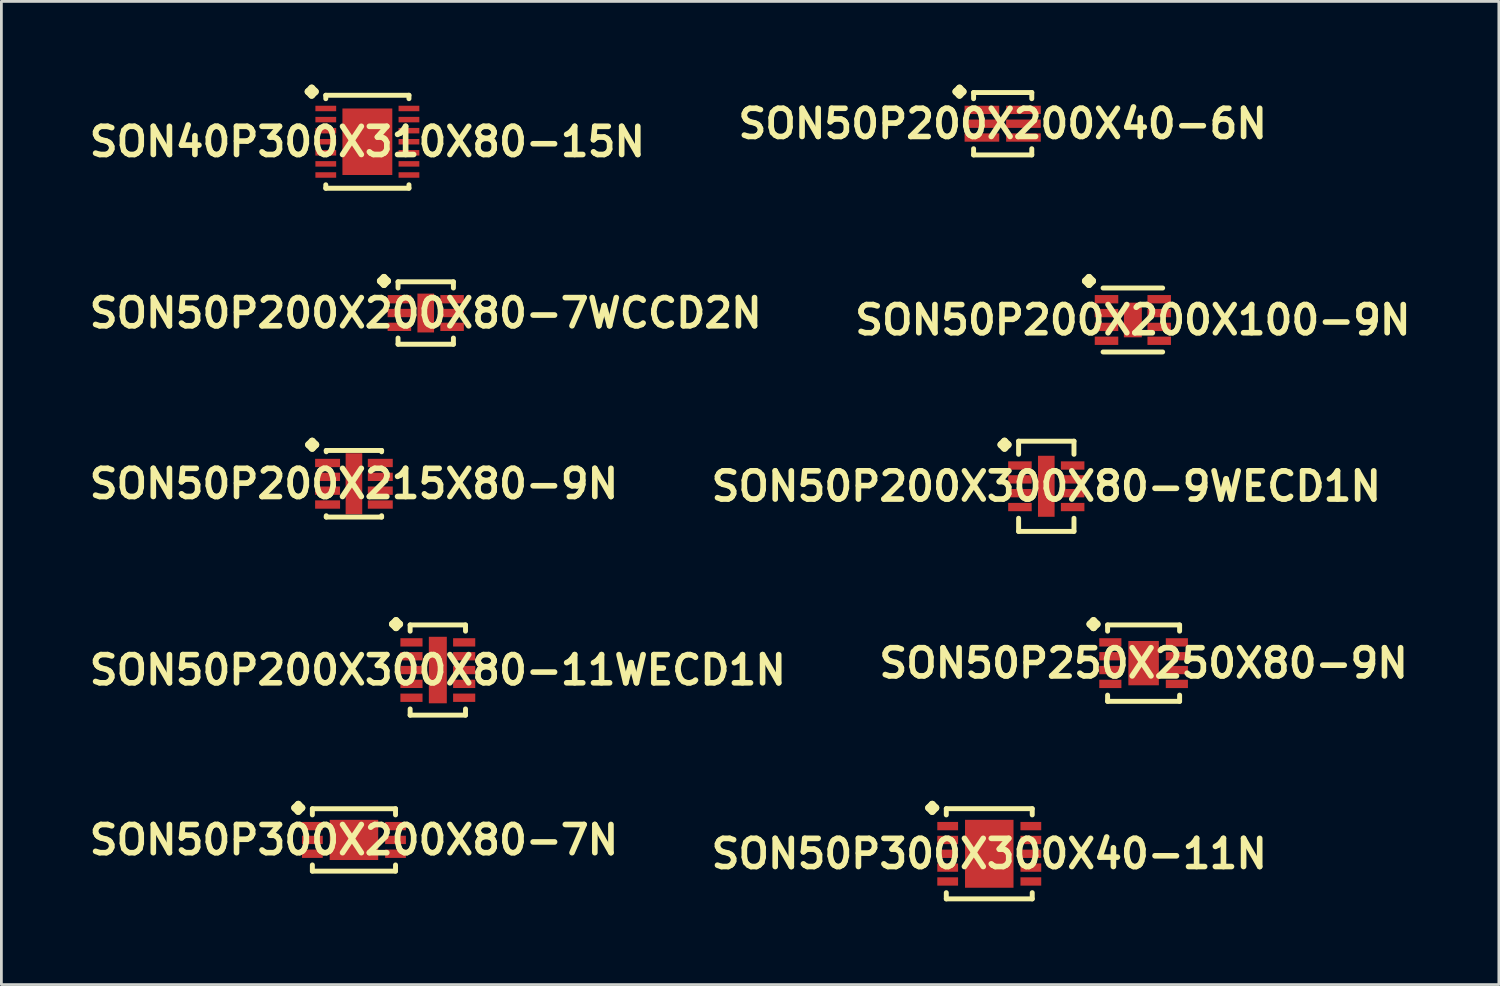
<source format=kicad_pcb>
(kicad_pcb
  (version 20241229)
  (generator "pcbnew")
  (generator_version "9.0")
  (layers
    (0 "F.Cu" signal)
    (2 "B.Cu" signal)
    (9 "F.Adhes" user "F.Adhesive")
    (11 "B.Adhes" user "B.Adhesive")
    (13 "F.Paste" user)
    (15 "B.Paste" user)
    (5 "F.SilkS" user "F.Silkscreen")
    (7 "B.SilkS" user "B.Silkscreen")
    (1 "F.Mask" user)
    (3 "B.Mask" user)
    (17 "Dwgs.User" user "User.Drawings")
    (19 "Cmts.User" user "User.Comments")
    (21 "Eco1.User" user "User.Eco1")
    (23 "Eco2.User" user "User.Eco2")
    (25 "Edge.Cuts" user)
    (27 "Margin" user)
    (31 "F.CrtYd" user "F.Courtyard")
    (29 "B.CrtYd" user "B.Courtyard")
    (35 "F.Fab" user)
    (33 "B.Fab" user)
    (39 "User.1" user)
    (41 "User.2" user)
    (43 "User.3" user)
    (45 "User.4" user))
  (footprint "SON50P200X215X80-9N"
    (layer "F.Cu")
    (at 9.71 14.39)
    (property "Reference" "SON50P200X215X80-9N" (at 0 0 0) (layer "F.SilkS") (effects (font (size 1.016 1.016) (thickness 0.203))))
    (attr smd)
    (fp_line (start -1.633 -1.407) (end -1.506 -1.534) (stroke (width 0.254) (type solid)) (layer "F.SilkS"))
    (fp_line (start -1.506 -1.534) (end -1.379 -1.407) (stroke (width 0.254) (type solid)) (layer "F.SilkS"))
    (fp_line (start -1.506 -1.28) (end -1.633 -1.407) (stroke (width 0.254) (type solid)) (layer "F.SilkS"))
    (fp_line (start -1.379 -1.407) (end -1.506 -1.28) (stroke (width 0.254) (type solid)) (layer "F.SilkS"))
    (fp_line (start -0.998 -1.201) (end 0.998 -1.201) (stroke (width 0.178) (type solid)) (layer "F.SilkS"))
    (fp_line (start -0.998 -1.153) (end -0.998 -1.201) (stroke (width 0.178) (type solid)) (layer "F.SilkS"))
    (fp_line (start -0.998 1.153) (end -0.998 1.201) (stroke (width 0.178) (type solid)) (layer "F.SilkS"))
    (fp_line (start -0.998 1.201) (end 0.998 1.201) (stroke (width 0.178) (type solid)) (layer "F.SilkS"))
    (fp_line (start 0.998 -1.201) (end 0.998 -1.153) (stroke (width 0.178) (type solid)) (layer "F.SilkS"))
    (fp_line (start 0.998 1.201) (end 0.998 1.153) (stroke (width 0.178) (type solid)) (layer "F.SilkS"))
    (pad "1" smd rect (at -0.95 -0.749) (size 0.899 0.3) (layers "F.Cu" "F.Mask" "F.Paste"))
    (pad "2" smd rect (at -0.95 -0.249) (size 0.899 0.3) (layers "F.Cu" "F.Mask" "F.Paste"))
    (pad "3" smd rect (at -0.95 0.249) (size 0.899 0.3) (layers "F.Cu" "F.Mask" "F.Paste"))
    (pad "4" smd rect (at -0.95 0.749) (size 0.899 0.3) (layers "F.Cu" "F.Mask" "F.Paste"))
    (pad "5" smd rect (at 0.95 0.749) (size 0.899 0.3) (layers "F.Cu" "F.Mask" "F.Paste"))
    (pad "6" smd rect (at 0.95 0.249) (size 0.899 0.3) (layers "F.Cu" "F.Mask" "F.Paste"))
    (pad "7" smd rect (at 0.95 -0.249) (size 0.899 0.3) (layers "F.Cu" "F.Mask" "F.Paste"))
    (pad "8" smd rect (at 0.95 -0.749) (size 0.899 0.3) (layers "F.Cu" "F.Mask" "F.Paste"))
    (pad "9" smd rect (at 0 0) (size 0.599 2.2) (layers "F.Cu" "F.Mask" "F.Paste")))
  (footprint "SON50P200X300X80-9WECD1N"
    (layer "F.Cu")
    (at 34.67 14.481)
    (property "Reference" "SON50P200X300X80-9WECD1N" (at 0 0 0) (layer "F.SilkS") (effects (font (size 1.016 1.016) (thickness 0.203))))
    (attr smd)
    (fp_line (start -1.633 -1.499) (end -1.506 -1.626) (stroke (width 0.254) (type solid)) (layer "F.SilkS"))
    (fp_line (start -1.506 -1.626) (end -1.379 -1.499) (stroke (width 0.254) (type solid)) (layer "F.SilkS"))
    (fp_line (start -1.506 -1.372) (end -1.633 -1.499) (stroke (width 0.254) (type solid)) (layer "F.SilkS"))
    (fp_line (start -1.379 -1.499) (end -1.506 -1.372) (stroke (width 0.254) (type solid)) (layer "F.SilkS"))
    (fp_line (start -0.998 -1.626) (end 0.998 -1.626) (stroke (width 0.178) (type solid)) (layer "F.SilkS"))
    (fp_line (start -0.998 -1.153) (end -0.998 -1.626) (stroke (width 0.178) (type solid)) (layer "F.SilkS"))
    (fp_line (start -0.998 1.153) (end -0.998 1.626) (stroke (width 0.178) (type solid)) (layer "F.SilkS"))
    (fp_line (start -0.998 1.626) (end 0.998 1.626) (stroke (width 0.178) (type solid)) (layer "F.SilkS"))
    (fp_line (start 0.998 -1.626) (end 0.998 -1.153) (stroke (width 0.178) (type solid)) (layer "F.SilkS"))
    (fp_line (start 0.998 1.626) (end 0.998 1.153) (stroke (width 0.178) (type solid)) (layer "F.SilkS"))
    (pad "1" smd rect (at -0.95 -0.749) (size 0.848 0.3) (layers "F.Cu" "F.Mask" "F.Paste"))
    (pad "2" smd rect (at -0.95 -0.249) (size 0.848 0.3) (layers "F.Cu" "F.Mask" "F.Paste"))
    (pad "3" smd rect (at -0.95 0.249) (size 0.848 0.3) (layers "F.Cu" "F.Mask" "F.Paste"))
    (pad "4" smd rect (at -0.95 0.749) (size 0.848 0.3) (layers "F.Cu" "F.Mask" "F.Paste"))
    (pad "5" smd rect (at 0.95 0.749) (size 0.848 0.3) (layers "F.Cu" "F.Mask" "F.Paste"))
    (pad "6" smd rect (at 0.95 0.249) (size 0.848 0.3) (layers "F.Cu" "F.Mask" "F.Paste"))
    (pad "7" smd rect (at 0.95 -0.249) (size 0.848 0.3) (layers "F.Cu" "F.Mask" "F.Paste"))
    (pad "8" smd rect (at 0.95 -0.749) (size 0.848 0.3) (layers "F.Cu" "F.Mask" "F.Paste"))
    (pad "9" smd rect (at 0 0) (size 0.599 2.2) (layers "F.Cu" "F.Mask" "F.Paste")))
  (footprint "SON50P200X300X80-11WECD1N"
    (layer "F.Cu")
    (at 12.734 21.106)
    (property "Reference" "SON50P200X300X80-11WECD1N" (at 0 0 0) (layer "F.SilkS") (effects (font (size 1.016 1.016) (thickness 0.203))))
    (attr smd)
    (fp_line (start -1.633 -1.656) (end -1.506 -1.783) (stroke (width 0.254) (type solid)) (layer "F.SilkS"))
    (fp_line (start -1.506 -1.783) (end -1.379 -1.656) (stroke (width 0.254) (type solid)) (layer "F.SilkS"))
    (fp_line (start -1.506 -1.529) (end -1.633 -1.656) (stroke (width 0.254) (type solid)) (layer "F.SilkS"))
    (fp_line (start -1.379 -1.656) (end -1.506 -1.529) (stroke (width 0.254) (type solid)) (layer "F.SilkS"))
    (fp_line (start -0.998 -1.626) (end 0.998 -1.626) (stroke (width 0.178) (type solid)) (layer "F.SilkS"))
    (fp_line (start -0.998 -1.402) (end -0.998 -1.626) (stroke (width 0.178) (type solid)) (layer "F.SilkS"))
    (fp_line (start -0.998 1.402) (end -0.998 1.626) (stroke (width 0.178) (type solid)) (layer "F.SilkS"))
    (fp_line (start -0.998 1.626) (end 0.998 1.626) (stroke (width 0.178) (type solid)) (layer "F.SilkS"))
    (fp_line (start 0.998 -1.626) (end 0.998 -1.402) (stroke (width 0.178) (type solid)) (layer "F.SilkS"))
    (fp_line (start 0.998 1.626) (end 0.998 1.402) (stroke (width 0.178) (type solid)) (layer "F.SilkS"))
    (pad "1" smd rect (at -0.95 -0.998) (size 0.798 0.3) (layers "F.Cu" "F.Mask" "F.Paste"))
    (pad "2" smd rect (at -0.95 -0.498) (size 0.798 0.3) (layers "F.Cu" "F.Mask" "F.Paste"))
    (pad "3" smd rect (at -0.95 0) (size 0.798 0.3) (layers "F.Cu" "F.Mask" "F.Paste"))
    (pad "4" smd rect (at -0.95 0.498) (size 0.798 0.3) (layers "F.Cu" "F.Mask" "F.Paste"))
    (pad "5" smd rect (at -0.95 0.998) (size 0.798 0.3) (layers "F.Cu" "F.Mask" "F.Paste"))
    (pad "6" smd rect (at 0.95 0.998) (size 0.798 0.3) (layers "F.Cu" "F.Mask" "F.Paste"))
    (pad "7" smd rect (at 0.95 0.498) (size 0.798 0.3) (layers "F.Cu" "F.Mask" "F.Paste"))
    (pad "8" smd rect (at 0.95 0) (size 0.798 0.3) (layers "F.Cu" "F.Mask" "F.Paste"))
    (pad "9" smd rect (at 0.95 -0.498) (size 0.798 0.3) (layers "F.Cu" "F.Mask" "F.Paste"))
    (pad "10" smd rect (at 0.95 -0.998) (size 0.798 0.3) (layers "F.Cu" "F.Mask" "F.Paste"))
    (pad "11" smd rect (at 0 0) (size 0.648 2.398) (layers "F.Cu" "F.Mask" "F.Paste")))
  (footprint "SON50P200X200X40-6N"
    (layer "F.Cu")
    (at 33.098 1.41)
    (property "Reference" "SON50P200X200X40-6N" (at 0 0 0) (layer "F.SilkS") (effects (font (size 1.016 1.016) (thickness 0.203))))
    (attr smd)
    (fp_line (start -1.684 -1.156) (end -1.557 -1.283) (stroke (width 0.254) (type solid)) (layer "F.SilkS"))
    (fp_line (start -1.557 -1.283) (end -1.43 -1.156) (stroke (width 0.254) (type solid)) (layer "F.SilkS"))
    (fp_line (start -1.557 -1.029) (end -1.684 -1.156) (stroke (width 0.254) (type solid)) (layer "F.SilkS"))
    (fp_line (start -1.43 -1.156) (end -1.557 -1.029) (stroke (width 0.254) (type solid)) (layer "F.SilkS"))
    (fp_line (start -1.049 -1.125) (end 1.049 -1.125) (stroke (width 0.178) (type solid)) (layer "F.SilkS"))
    (fp_line (start -1.049 -0.902) (end -1.049 -1.125) (stroke (width 0.178) (type solid)) (layer "F.SilkS"))
    (fp_line (start -1.049 0.902) (end -1.049 1.125) (stroke (width 0.178) (type solid)) (layer "F.SilkS"))
    (fp_line (start -1.049 1.125) (end 1.049 1.125) (stroke (width 0.178) (type solid)) (layer "F.SilkS"))
    (fp_line (start 1.049 -1.125) (end 1.049 -0.902) (stroke (width 0.178) (type solid)) (layer "F.SilkS"))
    (fp_line (start 1.049 1.125) (end 1.049 0.902) (stroke (width 0.178) (type solid)) (layer "F.SilkS"))
    (pad "1" smd rect (at -0.749 -0.498) (size 1.25 0.3) (layers "F.Cu" "F.Mask" "F.Paste"))
    (pad "2" smd rect (at -0.749 0) (size 1.25 0.3) (layers "F.Cu" "F.Mask" "F.Paste"))
    (pad "3" smd rect (at -0.749 0.498) (size 1.25 0.3) (layers "F.Cu" "F.Mask" "F.Paste"))
    (pad "4" smd rect (at 0.749 0.498) (size 1.25 0.3) (layers "F.Cu" "F.Mask" "F.Paste"))
    (pad "5" smd rect (at 0.749 0) (size 1.25 0.3) (layers "F.Cu" "F.Mask" "F.Paste"))
    (pad "6" smd rect (at 0.749 -0.498) (size 1.25 0.3) (layers "F.Cu" "F.Mask" "F.Paste")))
  (footprint "SON50P300X300X40-11N"
    (layer "F.Cu")
    (at 32.614 27.73)
    (property "Reference" "SON50P300X300X40-11N" (at 0 0 0) (layer "F.SilkS") (effects (font (size 1.016 1.016) (thickness 0.203))))
    (attr smd)
    (fp_line (start -2.184 -1.656) (end -2.057 -1.783) (stroke (width 0.254) (type solid)) (layer "F.SilkS"))
    (fp_line (start -2.057 -1.783) (end -1.93 -1.656) (stroke (width 0.254) (type solid)) (layer "F.SilkS"))
    (fp_line (start -2.057 -1.529) (end -2.184 -1.656) (stroke (width 0.254) (type solid)) (layer "F.SilkS"))
    (fp_line (start -1.93 -1.656) (end -2.057 -1.529) (stroke (width 0.254) (type solid)) (layer "F.SilkS"))
    (fp_line (start -1.549 -1.626) (end 1.549 -1.626) (stroke (width 0.178) (type solid)) (layer "F.SilkS"))
    (fp_line (start -1.549 -1.402) (end -1.549 -1.626) (stroke (width 0.178) (type solid)) (layer "F.SilkS"))
    (fp_line (start -1.549 1.402) (end -1.549 1.626) (stroke (width 0.178) (type solid)) (layer "F.SilkS"))
    (fp_line (start -1.549 1.626) (end 1.549 1.626) (stroke (width 0.178) (type solid)) (layer "F.SilkS"))
    (fp_line (start 1.549 -1.626) (end 1.549 -1.402) (stroke (width 0.178) (type solid)) (layer "F.SilkS"))
    (fp_line (start 1.549 1.626) (end 1.549 1.402) (stroke (width 0.178) (type solid)) (layer "F.SilkS"))
    (pad "1" smd rect (at -1.499 -0.998) (size 0.749 0.3) (layers "F.Cu" "F.Mask" "F.Paste"))
    (pad "2" smd rect (at -1.499 -0.498) (size 0.749 0.3) (layers "F.Cu" "F.Mask" "F.Paste"))
    (pad "3" smd rect (at -1.499 0) (size 0.749 0.3) (layers "F.Cu" "F.Mask" "F.Paste"))
    (pad "4" smd rect (at -1.499 0.498) (size 0.749 0.3) (layers "F.Cu" "F.Mask" "F.Paste"))
    (pad "5" smd rect (at -1.499 0.998) (size 0.749 0.3) (layers "F.Cu" "F.Mask" "F.Paste"))
    (pad "6" smd rect (at 1.499 0.998) (size 0.749 0.3) (layers "F.Cu" "F.Mask" "F.Paste"))
    (pad "7" smd rect (at 1.499 0.498) (size 0.749 0.3) (layers "F.Cu" "F.Mask" "F.Paste"))
    (pad "8" smd rect (at 1.499 0) (size 0.749 0.3) (layers "F.Cu" "F.Mask" "F.Paste"))
    (pad "9" smd rect (at 1.499 -0.498) (size 0.749 0.3) (layers "F.Cu" "F.Mask" "F.Paste"))
    (pad "10" smd rect (at 1.499 -0.998) (size 0.749 0.3) (layers "F.Cu" "F.Mask" "F.Paste"))
    (pad "11" smd rect (at 0 0) (size 1.748 2.449) (layers "F.Cu" "F.Mask" "F.Paste")))
  (footprint "SON50P250X250X80-9N"
    (layer "F.Cu")
    (at 38.178 20.857)
    (property "Reference" "SON50P250X250X80-9N" (at 0 0 0) (layer "F.SilkS") (effects (font (size 1.016 1.016) (thickness 0.203))))
    (attr smd)
    (fp_line (start -1.933 -1.407) (end -1.806 -1.534) (stroke (width 0.254) (type solid)) (layer "F.SilkS"))
    (fp_line (start -1.806 -1.534) (end -1.679 -1.407) (stroke (width 0.254) (type solid)) (layer "F.SilkS"))
    (fp_line (start -1.806 -1.28) (end -1.933 -1.407) (stroke (width 0.254) (type solid)) (layer "F.SilkS"))
    (fp_line (start -1.679 -1.407) (end -1.806 -1.28) (stroke (width 0.254) (type solid)) (layer "F.SilkS"))
    (fp_line (start -1.298 -1.377) (end 1.298 -1.377) (stroke (width 0.178) (type solid)) (layer "F.SilkS"))
    (fp_line (start -1.298 -1.153) (end -1.298 -1.377) (stroke (width 0.178) (type solid)) (layer "F.SilkS"))
    (fp_line (start -1.298 1.153) (end -1.298 1.377) (stroke (width 0.178) (type solid)) (layer "F.SilkS"))
    (fp_line (start -1.298 1.377) (end 1.298 1.377) (stroke (width 0.178) (type solid)) (layer "F.SilkS"))
    (fp_line (start 1.298 -1.377) (end 1.298 -1.153) (stroke (width 0.178) (type solid)) (layer "F.SilkS"))
    (fp_line (start 1.298 1.377) (end 1.298 1.153) (stroke (width 0.178) (type solid)) (layer "F.SilkS"))
    (pad "1" smd rect (at -1.199 -0.749) (size 0.798 0.3) (layers "F.Cu" "F.Mask" "F.Paste"))
    (pad "2" smd rect (at -1.199 -0.249) (size 0.798 0.3) (layers "F.Cu" "F.Mask" "F.Paste"))
    (pad "3" smd rect (at -1.199 0.249) (size 0.798 0.3) (layers "F.Cu" "F.Mask" "F.Paste"))
    (pad "4" smd rect (at -1.199 0.749) (size 0.798 0.3) (layers "F.Cu" "F.Mask" "F.Paste"))
    (pad "5" smd rect (at 1.199 0.749) (size 0.798 0.3) (layers "F.Cu" "F.Mask" "F.Paste"))
    (pad "6" smd rect (at 1.199 0.249) (size 0.798 0.3) (layers "F.Cu" "F.Mask" "F.Paste"))
    (pad "7" smd rect (at 1.199 -0.249) (size 0.798 0.3) (layers "F.Cu" "F.Mask" "F.Paste"))
    (pad "8" smd rect (at 1.199 -0.749) (size 0.798 0.3) (layers "F.Cu" "F.Mask" "F.Paste"))
    (pad "9" smd rect (at 0 0) (size 1.1 1.598) (layers "F.Cu" "F.Mask" "F.Paste")))
  (footprint "SON50P300X200X80-7N"
    (layer "F.Cu")
    (at 9.71 27.23)
    (property "Reference" "SON50P300X200X80-7N" (at 0 0 0) (layer "F.SilkS") (effects (font (size 1.016 1.016) (thickness 0.203))))
    (attr smd)
    (fp_line (start -2.134 -1.156) (end -2.007 -1.283) (stroke (width 0.254) (type solid)) (layer "F.SilkS"))
    (fp_line (start -2.007 -1.283) (end -1.88 -1.156) (stroke (width 0.254) (type solid)) (layer "F.SilkS"))
    (fp_line (start -2.007 -1.029) (end -2.134 -1.156) (stroke (width 0.254) (type solid)) (layer "F.SilkS"))
    (fp_line (start -1.88 -1.156) (end -2.007 -1.029) (stroke (width 0.254) (type solid)) (layer "F.SilkS"))
    (fp_line (start -1.499 -1.125) (end 1.499 -1.125) (stroke (width 0.178) (type solid)) (layer "F.SilkS"))
    (fp_line (start -1.499 -0.902) (end -1.499 -1.125) (stroke (width 0.178) (type solid)) (layer "F.SilkS"))
    (fp_line (start -1.499 0.902) (end -1.499 1.125) (stroke (width 0.178) (type solid)) (layer "F.SilkS"))
    (fp_line (start -1.499 1.125) (end 1.499 1.125) (stroke (width 0.178) (type solid)) (layer "F.SilkS"))
    (fp_line (start 1.499 -1.125) (end 1.499 -0.902) (stroke (width 0.178) (type solid)) (layer "F.SilkS"))
    (fp_line (start 1.499 1.125) (end 1.499 0.902) (stroke (width 0.178) (type solid)) (layer "F.SilkS"))
    (pad "1" smd rect (at -1.499 -0.498) (size 0.749 0.3) (layers "F.Cu" "F.Mask" "F.Paste"))
    (pad "2" smd rect (at -1.499 0) (size 0.749 0.3) (layers "F.Cu" "F.Mask" "F.Paste"))
    (pad "3" smd rect (at -1.499 0.498) (size 0.749 0.3) (layers "F.Cu" "F.Mask" "F.Paste"))
    (pad "4" smd rect (at 1.499 0.498) (size 0.749 0.3) (layers "F.Cu" "F.Mask" "F.Paste"))
    (pad "5" smd rect (at 1.499 0) (size 0.749 0.3) (layers "F.Cu" "F.Mask" "F.Paste"))
    (pad "6" smd rect (at 1.499 -0.498) (size 0.749 0.3) (layers "F.Cu" "F.Mask" "F.Paste"))
    (pad "7" smd rect (at 0 0) (size 1.748 1.448) (layers "F.Cu" "F.Mask" "F.Paste")))
  (footprint "SON50P200X200X80-7WCCD2N"
    (layer "F.Cu")
    (at 12.298 8.235)
    (property "Reference" "SON50P200X200X80-7WCCD2N" (at 0 0 0) (layer "F.SilkS") (effects (font (size 1.016 1.016) (thickness 0.203))))
    (attr smd)
    (fp_line (start -1.633 -1.156) (end -1.506 -1.283) (stroke (width 0.254) (type solid)) (layer "F.SilkS"))
    (fp_line (start -1.506 -1.283) (end -1.379 -1.156) (stroke (width 0.254) (type solid)) (layer "F.SilkS"))
    (fp_line (start -1.506 -1.029) (end -1.633 -1.156) (stroke (width 0.254) (type solid)) (layer "F.SilkS"))
    (fp_line (start -1.379 -1.156) (end -1.506 -1.029) (stroke (width 0.254) (type solid)) (layer "F.SilkS"))
    (fp_line (start -0.998 -1.125) (end 0.998 -1.125) (stroke (width 0.178) (type solid)) (layer "F.SilkS"))
    (fp_line (start -0.998 -0.902) (end -0.998 -1.125) (stroke (width 0.178) (type solid)) (layer "F.SilkS"))
    (fp_line (start -0.998 0.902) (end -0.998 1.125) (stroke (width 0.178) (type solid)) (layer "F.SilkS"))
    (fp_line (start -0.998 1.125) (end 0.998 1.125) (stroke (width 0.178) (type solid)) (layer "F.SilkS"))
    (fp_line (start 0.998 -1.125) (end 0.998 -0.902) (stroke (width 0.178) (type solid)) (layer "F.SilkS"))
    (fp_line (start 0.998 1.125) (end 0.998 0.902) (stroke (width 0.178) (type solid)) (layer "F.SilkS"))
    (pad "1" smd rect (at -0.95 -0.498) (size 0.848 0.3) (layers "F.Cu" "F.Mask" "F.Paste"))
    (pad "2" smd rect (at -0.95 0) (size 0.848 0.3) (layers "F.Cu" "F.Mask" "F.Paste"))
    (pad "3" smd rect (at -0.95 0.498) (size 0.848 0.3) (layers "F.Cu" "F.Mask" "F.Paste"))
    (pad "4" smd rect (at 0.95 0.498) (size 0.848 0.3) (layers "F.Cu" "F.Mask" "F.Paste"))
    (pad "5" smd rect (at 0.95 0) (size 0.848 0.3) (layers "F.Cu" "F.Mask" "F.Paste"))
    (pad "6" smd rect (at 0.95 -0.498) (size 0.848 0.3) (layers "F.Cu" "F.Mask" "F.Paste"))
    (pad "7" smd rect (at 0 0) (size 0.599 1.4) (layers "F.Cu" "F.Mask" "F.Paste")))
  (footprint "SON40P300X310X80-15N"
    (layer "F.Cu")
    (at 10.194 2.06)
    (property "Reference" "SON40P300X310X80-15N" (at 0 0 0) (layer "F.SilkS") (effects (font (size 1.016 1.016) (thickness 0.203))))
    (attr smd)
    (fp_line (start -2.134 -1.806) (end -2.007 -1.933) (stroke (width 0.254) (type solid)) (layer "F.SilkS"))
    (fp_line (start -2.007 -1.933) (end -1.88 -1.806) (stroke (width 0.254) (type solid)) (layer "F.SilkS"))
    (fp_line (start -2.007 -1.679) (end -2.134 -1.806) (stroke (width 0.254) (type solid)) (layer "F.SilkS"))
    (fp_line (start -1.88 -1.806) (end -2.007 -1.679) (stroke (width 0.254) (type solid)) (layer "F.SilkS"))
    (fp_line (start -1.499 -1.676) (end 1.499 -1.676) (stroke (width 0.178) (type solid)) (layer "F.SilkS"))
    (fp_line (start -1.499 -1.552) (end -1.499 -1.676) (stroke (width 0.178) (type solid)) (layer "F.SilkS"))
    (fp_line (start -1.499 1.552) (end -1.499 1.676) (stroke (width 0.178) (type solid)) (layer "F.SilkS"))
    (fp_line (start -1.499 1.676) (end 1.499 1.676) (stroke (width 0.178) (type solid)) (layer "F.SilkS"))
    (fp_line (start 1.499 -1.676) (end 1.499 -1.552) (stroke (width 0.178) (type solid)) (layer "F.SilkS"))
    (fp_line (start 1.499 1.676) (end 1.499 1.552) (stroke (width 0.178) (type solid)) (layer "F.SilkS"))
    (pad "1" smd rect (at -1.499 -1.199) (size 0.749 0.198) (layers "F.Cu" "F.Mask" "F.Paste"))
    (pad "2" smd rect (at -1.499 -0.798) (size 0.749 0.198) (layers "F.Cu" "F.Mask" "F.Paste"))
    (pad "3" smd rect (at -1.499 -0.399) (size 0.749 0.198) (layers "F.Cu" "F.Mask" "F.Paste"))
    (pad "4" smd rect (at -1.499 0) (size 0.749 0.198) (layers "F.Cu" "F.Mask" "F.Paste"))
    (pad "5" smd rect (at -1.499 0.399) (size 0.749 0.198) (layers "F.Cu" "F.Mask" "F.Paste"))
    (pad "6" smd rect (at -1.499 0.798) (size 0.749 0.198) (layers "F.Cu" "F.Mask" "F.Paste"))
    (pad "7" smd rect (at -1.499 1.199) (size 0.749 0.198) (layers "F.Cu" "F.Mask" "F.Paste"))
    (pad "8" smd rect (at 1.499 1.199) (size 0.749 0.198) (layers "F.Cu" "F.Mask" "F.Paste"))
    (pad "9" smd rect (at 1.499 0.798) (size 0.749 0.198) (layers "F.Cu" "F.Mask" "F.Paste"))
    (pad "10" smd rect (at 1.499 0.399) (size 0.749 0.198) (layers "F.Cu" "F.Mask" "F.Paste"))
    (pad "11" smd rect (at 1.499 0) (size 0.749 0.198) (layers "F.Cu" "F.Mask" "F.Paste"))
    (pad "12" smd rect (at 1.499 -0.399) (size 0.749 0.198) (layers "F.Cu" "F.Mask" "F.Paste"))
    (pad "13" smd rect (at 1.499 -0.798) (size 0.749 0.198) (layers "F.Cu" "F.Mask" "F.Paste"))
    (pad "14" smd rect (at 1.499 -1.199) (size 0.749 0.198) (layers "F.Cu" "F.Mask" "F.Paste"))
    (pad "15" smd rect (at 0 0) (size 1.798 2.398) (layers "F.Cu" "F.Mask" "F.Paste")))
  (footprint "SON50P200X200X100-9N"
    (layer "F.Cu")
    (at 37.791 8.486)
    (property "Reference" "SON50P200X200X100-9N" (at 0 0 0) (layer "F.SilkS") (effects (font (size 1.016 1.016) (thickness 0.203))))
    (attr smd)
    (fp_line (start -1.709 -1.407) (end -1.582 -1.534) (stroke (width 0.254) (type solid)) (layer "F.SilkS"))
    (fp_line (start -1.582 -1.534) (end -1.455 -1.407) (stroke (width 0.254) (type solid)) (layer "F.SilkS"))
    (fp_line (start -1.582 -1.28) (end -1.709 -1.407) (stroke (width 0.254) (type solid)) (layer "F.SilkS"))
    (fp_line (start -1.455 -1.407) (end -1.582 -1.28) (stroke (width 0.254) (type solid)) (layer "F.SilkS"))
    (fp_line (start -1.074 -1.153) (end 1.074 -1.153) (stroke (width 0.178) (type solid)) (layer "F.SilkS"))
    (fp_line (start -1.074 1.153) (end 1.074 1.153) (stroke (width 0.178) (type solid)) (layer "F.SilkS"))
    (pad "1" smd rect (at -0.95 -0.749) (size 0.848 0.3) (layers "F.Cu" "F.Mask" "F.Paste"))
    (pad "2" smd rect (at -0.95 -0.249) (size 0.848 0.3) (layers "F.Cu" "F.Mask" "F.Paste"))
    (pad "3" smd rect (at -0.95 0.249) (size 0.848 0.3) (layers "F.Cu" "F.Mask" "F.Paste"))
    (pad "4" smd rect (at -0.95 0.749) (size 0.848 0.3) (layers "F.Cu" "F.Mask" "F.Paste"))
    (pad "5" smd rect (at 0.95 0.749) (size 0.848 0.3) (layers "F.Cu" "F.Mask" "F.Paste"))
    (pad "6" smd rect (at 0.95 0.249) (size 0.848 0.3) (layers "F.Cu" "F.Mask" "F.Paste"))
    (pad "7" smd rect (at 0.95 -0.249) (size 0.848 0.3) (layers "F.Cu" "F.Mask" "F.Paste"))
    (pad "8" smd rect (at 0.95 -0.749) (size 0.848 0.3) (layers "F.Cu" "F.Mask" "F.Paste"))
    (pad "9" smd rect (at 0 0) (size 0.648 1.25) (layers "F.Cu" "F.Mask" "F.Paste")))
  (gr_rect
    (start -3 -3)
    (end 50.985 32.445)
    (stroke (width 0.1) (type default))
    (fill no)
    (layer "Edge.Cuts")))
</source>
